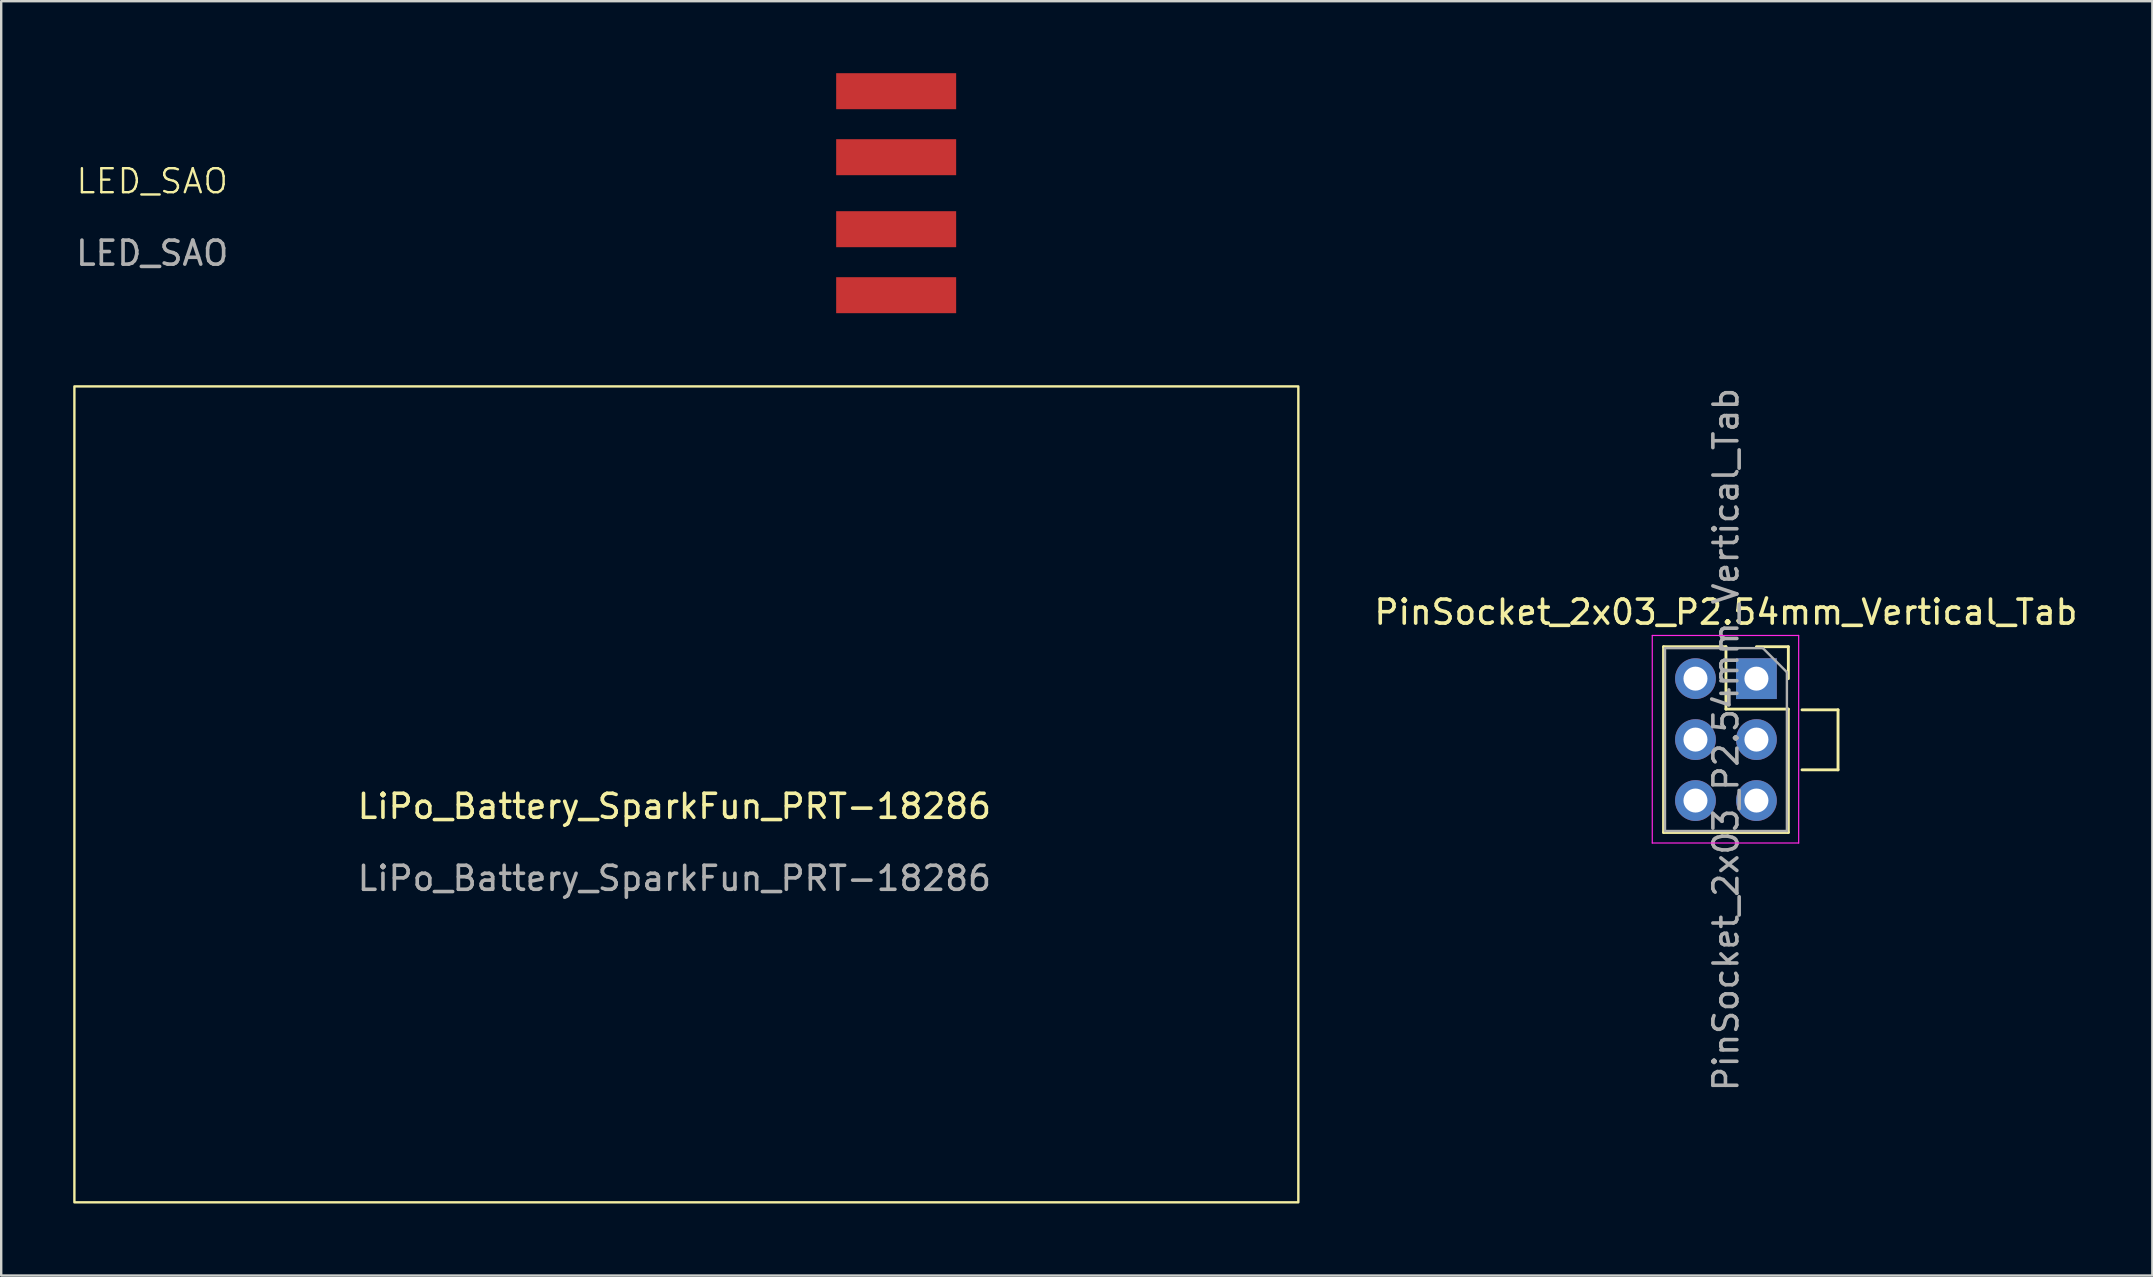
<source format=kicad_pcb>
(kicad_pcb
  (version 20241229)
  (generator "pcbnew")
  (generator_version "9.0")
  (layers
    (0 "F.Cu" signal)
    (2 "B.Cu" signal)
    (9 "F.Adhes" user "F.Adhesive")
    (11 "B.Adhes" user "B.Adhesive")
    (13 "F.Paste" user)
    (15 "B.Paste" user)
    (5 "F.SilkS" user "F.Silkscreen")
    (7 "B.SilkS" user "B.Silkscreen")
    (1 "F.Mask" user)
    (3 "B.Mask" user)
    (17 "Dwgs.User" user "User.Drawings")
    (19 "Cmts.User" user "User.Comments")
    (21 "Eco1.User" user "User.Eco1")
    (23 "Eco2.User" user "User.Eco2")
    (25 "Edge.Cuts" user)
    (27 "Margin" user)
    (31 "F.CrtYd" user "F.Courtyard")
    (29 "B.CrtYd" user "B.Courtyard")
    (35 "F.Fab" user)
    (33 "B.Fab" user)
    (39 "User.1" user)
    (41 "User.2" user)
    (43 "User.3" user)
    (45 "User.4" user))
  (footprint "LED_SAO"
    (layer "F.Cu")
    (at 3.292 5)
    (property "Reference" "LED_SAO" (at 0 -0.5 0) (unlocked yes) (layer "F.SilkS") (effects (font (size 1 1) (thickness 0.1))))
    (attr through_hole)
    (fp_text user "${REFERENCE}" (at 0 2.5 0) (unlocked yes) (layer "F.Fab") (effects (font (size 1 1) (thickness 0.15))))
    (pad "1" smd rect (at 31 -4.25) (size 5 1.5) (layers "F.Cu" "F.Mask" "F.Paste"))
    (pad "2" smd rect (at 31 -1.5) (size 5 1.5) (layers "F.Cu" "F.Mask" "F.Paste"))
    (pad "3" smd rect (at 31 1.5) (size 5 1.5) (layers "F.Cu" "F.Mask" "F.Paste"))
    (pad "4" smd rect (at 31 4.25) (size 5 1.5) (layers "F.Cu" "F.Mask" "F.Paste")))
  (footprint "LiPo_Battery_SparkFun_PRT-18286"
    (layer "F.Cu")
    (at 25.05 31.05)
    (property "Reference" "LiPo_Battery_SparkFun_PRT-18286" (at 0 -0.5 0) (unlocked yes) (layer "F.SilkS") (effects (font (size 1 1) (thickness 0.15))))
    (attr through_hole)
    (fp_rect (start -25 16) (end 26 -18) (stroke (width 0.1) (type default)) (fill no) (layer "F.SilkS"))
    (fp_text user "${REFERENCE}" (at 0 2.5 0) (unlocked yes) (layer "F.Fab") (effects (font (size 1 1) (thickness 0.15)))))
  (footprint "PinSocket_2x03_P2.54mm_Vertical_Tab"
    (layer "F.Cu")
    (at 70.138 25.228)
    (property "Reference" "PinSocket_2x03_P2.54mm_Vertical_Tab" (at -1.27 -2.77 0) (layer "F.SilkS") (effects (font (size 1 1) (thickness 0.15))))
    (attr through_hole)
    (fp_line (start -3.87 -1.33) (end -3.87 6.41) (stroke (width 0.12) (type solid)) (layer "F.SilkS"))
    (fp_line (start -3.87 -1.33) (end -1.27 -1.33) (stroke (width 0.12) (type solid)) (layer "F.SilkS"))
    (fp_line (start -3.87 6.41) (end 1.33 6.41) (stroke (width 0.12) (type solid)) (layer "F.SilkS"))
    (fp_line (start -1.27 -1.33) (end -1.27 1.27) (stroke (width 0.12) (type solid)) (layer "F.SilkS"))
    (fp_line (start -1.27 1.27) (end 1.33 1.27) (stroke (width 0.12) (type solid)) (layer "F.SilkS"))
    (fp_line (start 0 -1.33) (end 1.33 -1.33) (stroke (width 0.12) (type solid)) (layer "F.SilkS"))
    (fp_line (start 1.33 -1.33) (end 1.33 0) (stroke (width 0.12) (type solid)) (layer "F.SilkS"))
    (fp_line (start 1.33 1.27) (end 1.33 6.41) (stroke (width 0.12) (type solid)) (layer "F.SilkS"))
    (fp_rect (start 1.9 1.3) (end 3.4 1.3) (stroke (width 0.12) (type solid)) (fill no) (layer "F.SilkS"))
    (fp_rect (start 3.4 1.3) (end 3.4 3.8) (stroke (width 0.12) (type solid)) (fill no) (layer "F.SilkS"))
    (fp_rect (start 3.4 3.8) (end 1.9 3.8) (stroke (width 0.12) (type solid)) (fill no) (layer "F.SilkS"))
    (fp_line (start -4.34 -1.8) (end 1.76 -1.8) (stroke (width 0.05) (type solid)) (layer "F.CrtYd"))
    (fp_line (start -4.34 6.85) (end -4.34 -1.8) (stroke (width 0.05) (type solid)) (layer "F.CrtYd"))
    (fp_line (start 1.76 -1.8) (end 1.76 6.85) (stroke (width 0.05) (type solid)) (layer "F.CrtYd"))
    (fp_line (start 1.76 6.85) (end -4.34 6.85) (stroke (width 0.05) (type solid)) (layer "F.CrtYd"))
    (fp_line (start -3.81 -1.27) (end 0.27 -1.27) (stroke (width 0.1) (type solid)) (layer "F.Fab"))
    (fp_line (start -3.81 6.35) (end -3.81 -1.27) (stroke (width 0.1) (type solid)) (layer "F.Fab"))
    (fp_line (start 0.27 -1.27) (end 1.27 -0.27) (stroke (width 0.1) (type solid)) (layer "F.Fab"))
    (fp_line (start 1.27 -0.27) (end 1.27 6.35) (stroke (width 0.1) (type solid)) (layer "F.Fab"))
    (fp_line (start 1.27 6.35) (end -3.81 6.35) (stroke (width 0.1) (type solid)) (layer "F.Fab"))
    (fp_text user "${REFERENCE}" (at -1.27 2.54 90) (layer "F.Fab") (effects (font (size 1 1) (thickness 0.15))))
    (pad "1" thru_hole rect (at 0 0) (size 1.7 1.7) (drill 1) (layers "*.Cu" "*.Mask"))
    (pad "2" thru_hole oval (at -2.54 0) (size 1.7 1.7) (drill 1) (layers "*.Cu" "*.Mask"))
    (pad "3" thru_hole oval (at 0 2.54) (size 1.7 1.7) (drill 1) (layers "*.Cu" "*.Mask"))
    (pad "4" thru_hole oval (at -2.54 2.54) (size 1.7 1.7) (drill 1) (layers "*.Cu" "*.Mask"))
    (pad "5" thru_hole oval (at 0 5.08) (size 1.7 1.7) (drill 1) (layers "*.Cu" "*.Mask"))
    (pad "6" thru_hole oval (at -2.54 5.08) (size 1.7 1.7) (drill 1) (layers "*.Cu" "*.Mask")))
  (gr_rect
    (start -3 -3)
    (end 86.636 50.1)
    (stroke (width 0.1) (type default))
    (fill no)
    (layer "Edge.Cuts")))
</source>
